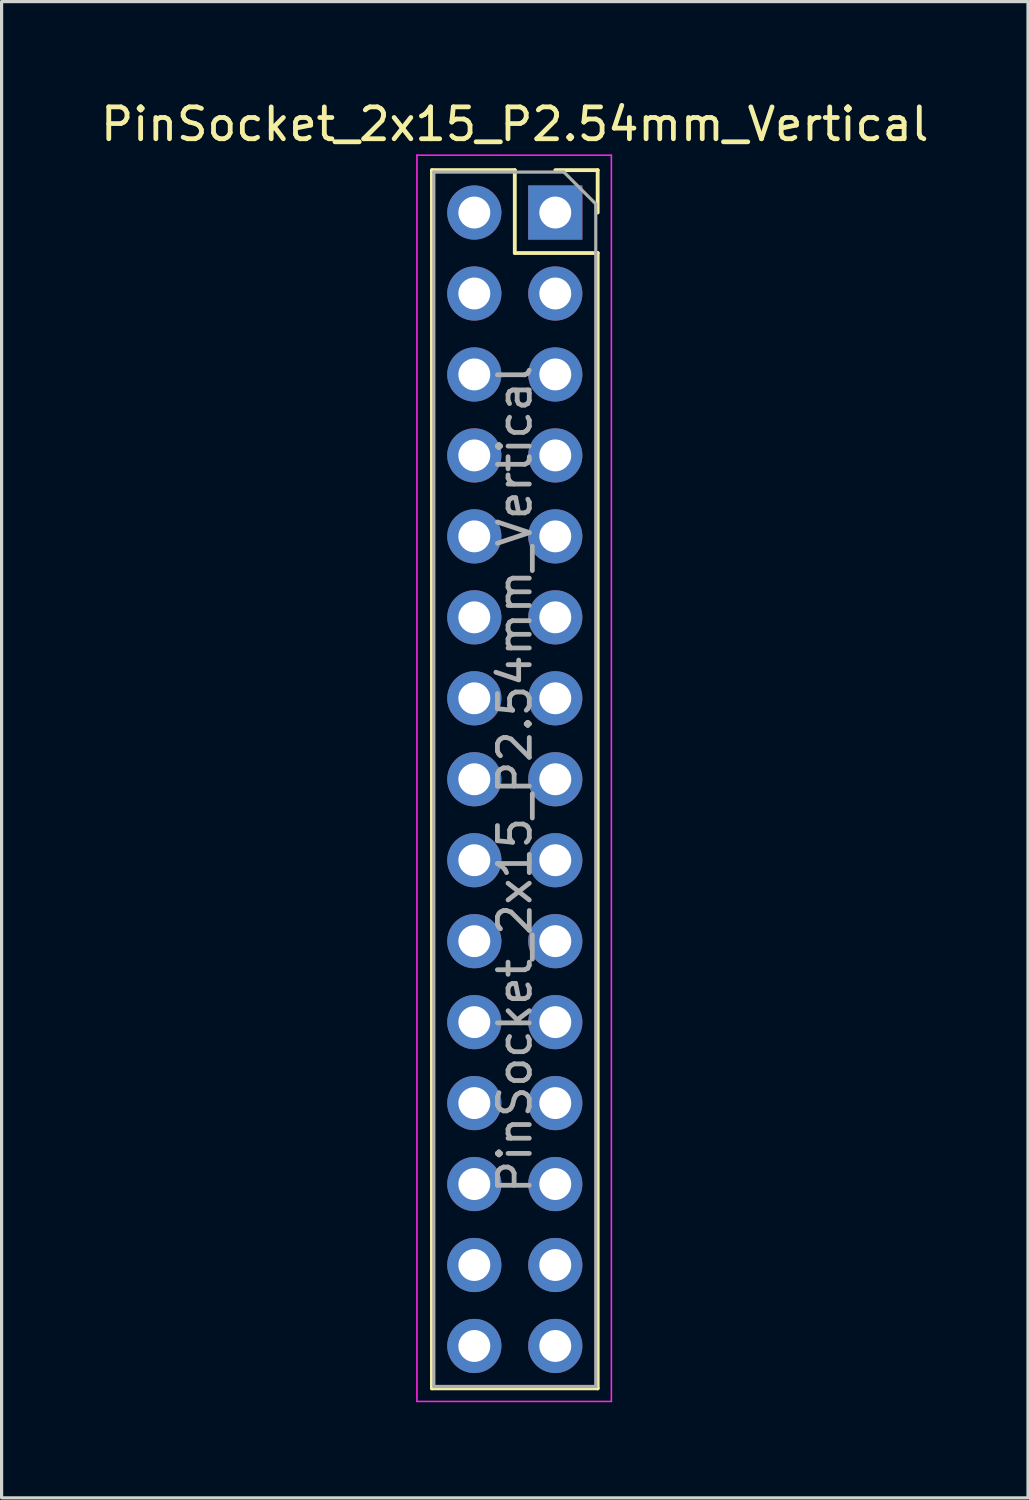
<source format=kicad_pcb>
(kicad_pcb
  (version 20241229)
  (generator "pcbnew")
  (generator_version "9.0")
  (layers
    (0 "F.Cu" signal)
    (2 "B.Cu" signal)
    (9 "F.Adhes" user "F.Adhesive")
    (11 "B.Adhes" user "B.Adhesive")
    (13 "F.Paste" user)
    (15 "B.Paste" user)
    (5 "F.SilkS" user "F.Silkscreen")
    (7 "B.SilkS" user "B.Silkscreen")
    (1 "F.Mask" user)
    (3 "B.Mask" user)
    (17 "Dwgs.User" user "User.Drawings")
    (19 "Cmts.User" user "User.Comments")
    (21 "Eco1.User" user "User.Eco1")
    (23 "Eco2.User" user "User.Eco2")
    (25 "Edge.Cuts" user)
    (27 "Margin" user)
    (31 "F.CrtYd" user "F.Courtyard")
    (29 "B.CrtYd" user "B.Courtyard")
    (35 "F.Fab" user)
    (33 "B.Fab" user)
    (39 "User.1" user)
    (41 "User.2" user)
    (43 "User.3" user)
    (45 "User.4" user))
  (footprint "PinSocket_2x15_P2.54mm_Vertical"
    (layer "F.Cu")
    (at 14.371 3.618)
    (property "Reference" "PinSocket_2x15_P2.54mm_Vertical" (at -1.27 -2.77 0) (layer "F.SilkS") (effects (font (size 1 1) (thickness 0.15))))
    (attr through_hole)
    (fp_line (start -3.87 -1.33) (end -3.87 36.89) (stroke (width 0.12) (type solid)) (layer "F.SilkS"))
    (fp_line (start -3.87 -1.33) (end -1.27 -1.33) (stroke (width 0.12) (type solid)) (layer "F.SilkS"))
    (fp_line (start -3.87 36.89) (end 1.33 36.89) (stroke (width 0.12) (type solid)) (layer "F.SilkS"))
    (fp_line (start -1.27 -1.33) (end -1.27 1.27) (stroke (width 0.12) (type solid)) (layer "F.SilkS"))
    (fp_line (start -1.27 1.27) (end 1.33 1.27) (stroke (width 0.12) (type solid)) (layer "F.SilkS"))
    (fp_line (start 0 -1.33) (end 1.33 -1.33) (stroke (width 0.12) (type solid)) (layer "F.SilkS"))
    (fp_line (start 1.33 -1.33) (end 1.33 0) (stroke (width 0.12) (type solid)) (layer "F.SilkS"))
    (fp_line (start 1.33 1.27) (end 1.33 36.89) (stroke (width 0.12) (type solid)) (layer "F.SilkS"))
    (fp_line (start -4.34 -1.8) (end 1.76 -1.8) (stroke (width 0.05) (type solid)) (layer "F.CrtYd"))
    (fp_line (start -4.34 37.3) (end -4.34 -1.8) (stroke (width 0.05) (type solid)) (layer "F.CrtYd"))
    (fp_line (start 1.76 -1.8) (end 1.76 37.3) (stroke (width 0.05) (type solid)) (layer "F.CrtYd"))
    (fp_line (start 1.76 37.3) (end -4.34 37.3) (stroke (width 0.05) (type solid)) (layer "F.CrtYd"))
    (fp_line (start -3.81 -1.27) (end 0.27 -1.27) (stroke (width 0.1) (type solid)) (layer "F.Fab"))
    (fp_line (start -3.81 36.83) (end -3.81 -1.27) (stroke (width 0.1) (type solid)) (layer "F.Fab"))
    (fp_line (start 0.27 -1.27) (end 1.27 -0.27) (stroke (width 0.1) (type solid)) (layer "F.Fab"))
    (fp_line (start 1.27 -0.27) (end 1.27 36.83) (stroke (width 0.1) (type solid)) (layer "F.Fab"))
    (fp_line (start 1.27 36.83) (end -3.81 36.83) (stroke (width 0.1) (type solid)) (layer "F.Fab"))
    (fp_text user "${REFERENCE}" (at -1.27 17.78 90) (layer "F.Fab") (effects (font (size 1 1) (thickness 0.15))))
    (pad "1" thru_hole rect (at 0 0) (size 1.7 1.7) (drill 1) (layers "*.Cu" "*.Mask"))
    (pad "2" thru_hole oval (at -2.54 0) (size 1.7 1.7) (drill 1) (layers "*.Cu" "*.Mask"))
    (pad "3" thru_hole oval (at 0 2.54) (size 1.7 1.7) (drill 1) (layers "*.Cu" "*.Mask"))
    (pad "4" thru_hole oval (at -2.54 2.54) (size 1.7 1.7) (drill 1) (layers "*.Cu" "*.Mask"))
    (pad "5" thru_hole oval (at 0 5.08) (size 1.7 1.7) (drill 1) (layers "*.Cu" "*.Mask"))
    (pad "6" thru_hole oval (at -2.54 5.08) (size 1.7 1.7) (drill 1) (layers "*.Cu" "*.Mask"))
    (pad "7" thru_hole oval (at 0 7.62) (size 1.7 1.7) (drill 1) (layers "*.Cu" "*.Mask"))
    (pad "8" thru_hole oval (at -2.54 7.62) (size 1.7 1.7) (drill 1) (layers "*.Cu" "*.Mask"))
    (pad "9" thru_hole oval (at 0 10.16) (size 1.7 1.7) (drill 1) (layers "*.Cu" "*.Mask"))
    (pad "10" thru_hole oval (at -2.54 10.16) (size 1.7 1.7) (drill 1) (layers "*.Cu" "*.Mask"))
    (pad "11" thru_hole oval (at 0 12.7) (size 1.7 1.7) (drill 1) (layers "*.Cu" "*.Mask"))
    (pad "12" thru_hole oval (at -2.54 12.7) (size 1.7 1.7) (drill 1) (layers "*.Cu" "*.Mask"))
    (pad "13" thru_hole oval (at 0 15.24) (size 1.7 1.7) (drill 1) (layers "*.Cu" "*.Mask"))
    (pad "14" thru_hole oval (at -2.54 15.24) (size 1.7 1.7) (drill 1) (layers "*.Cu" "*.Mask"))
    (pad "15" thru_hole oval (at 0 17.78) (size 1.7 1.7) (drill 1) (layers "*.Cu" "*.Mask"))
    (pad "16" thru_hole oval (at -2.54 17.78) (size 1.7 1.7) (drill 1) (layers "*.Cu" "*.Mask"))
    (pad "17" thru_hole oval (at 0 20.32) (size 1.7 1.7) (drill 1) (layers "*.Cu" "*.Mask"))
    (pad "18" thru_hole oval (at -2.54 20.32) (size 1.7 1.7) (drill 1) (layers "*.Cu" "*.Mask"))
    (pad "19" thru_hole oval (at 0 22.86) (size 1.7 1.7) (drill 1) (layers "*.Cu" "*.Mask"))
    (pad "20" thru_hole oval (at -2.54 22.86) (size 1.7 1.7) (drill 1) (layers "*.Cu" "*.Mask"))
    (pad "21" thru_hole oval (at 0 25.4) (size 1.7 1.7) (drill 1) (layers "*.Cu" "*.Mask"))
    (pad "22" thru_hole oval (at -2.54 25.4) (size 1.7 1.7) (drill 1) (layers "*.Cu" "*.Mask"))
    (pad "23" thru_hole oval (at 0 27.94) (size 1.7 1.7) (drill 1) (layers "*.Cu" "*.Mask"))
    (pad "24" thru_hole oval (at -2.54 27.94) (size 1.7 1.7) (drill 1) (layers "*.Cu" "*.Mask"))
    (pad "25" thru_hole oval (at 0 30.48) (size 1.7 1.7) (drill 1) (layers "*.Cu" "*.Mask"))
    (pad "26" thru_hole oval (at -2.54 30.48) (size 1.7 1.7) (drill 1) (layers "*.Cu" "*.Mask"))
    (pad "27" thru_hole oval (at 0 33.02) (size 1.7 1.7) (drill 1) (layers "*.Cu" "*.Mask"))
    (pad "28" thru_hole oval (at -2.54 33.02) (size 1.7 1.7) (drill 1) (layers "*.Cu" "*.Mask"))
    (pad "29" thru_hole oval (at 0 35.56) (size 1.7 1.7) (drill 1) (layers "*.Cu" "*.Mask"))
    (pad "30" thru_hole oval (at -2.54 35.56) (size 1.7 1.7) (drill 1) (layers "*.Cu" "*.Mask")))
  (gr_rect
    (start -3 -3)
    (end 29.202 43.943)
    (stroke (width 0.1) (type default))
    (fill no)
    (layer "Edge.Cuts")))
</source>
